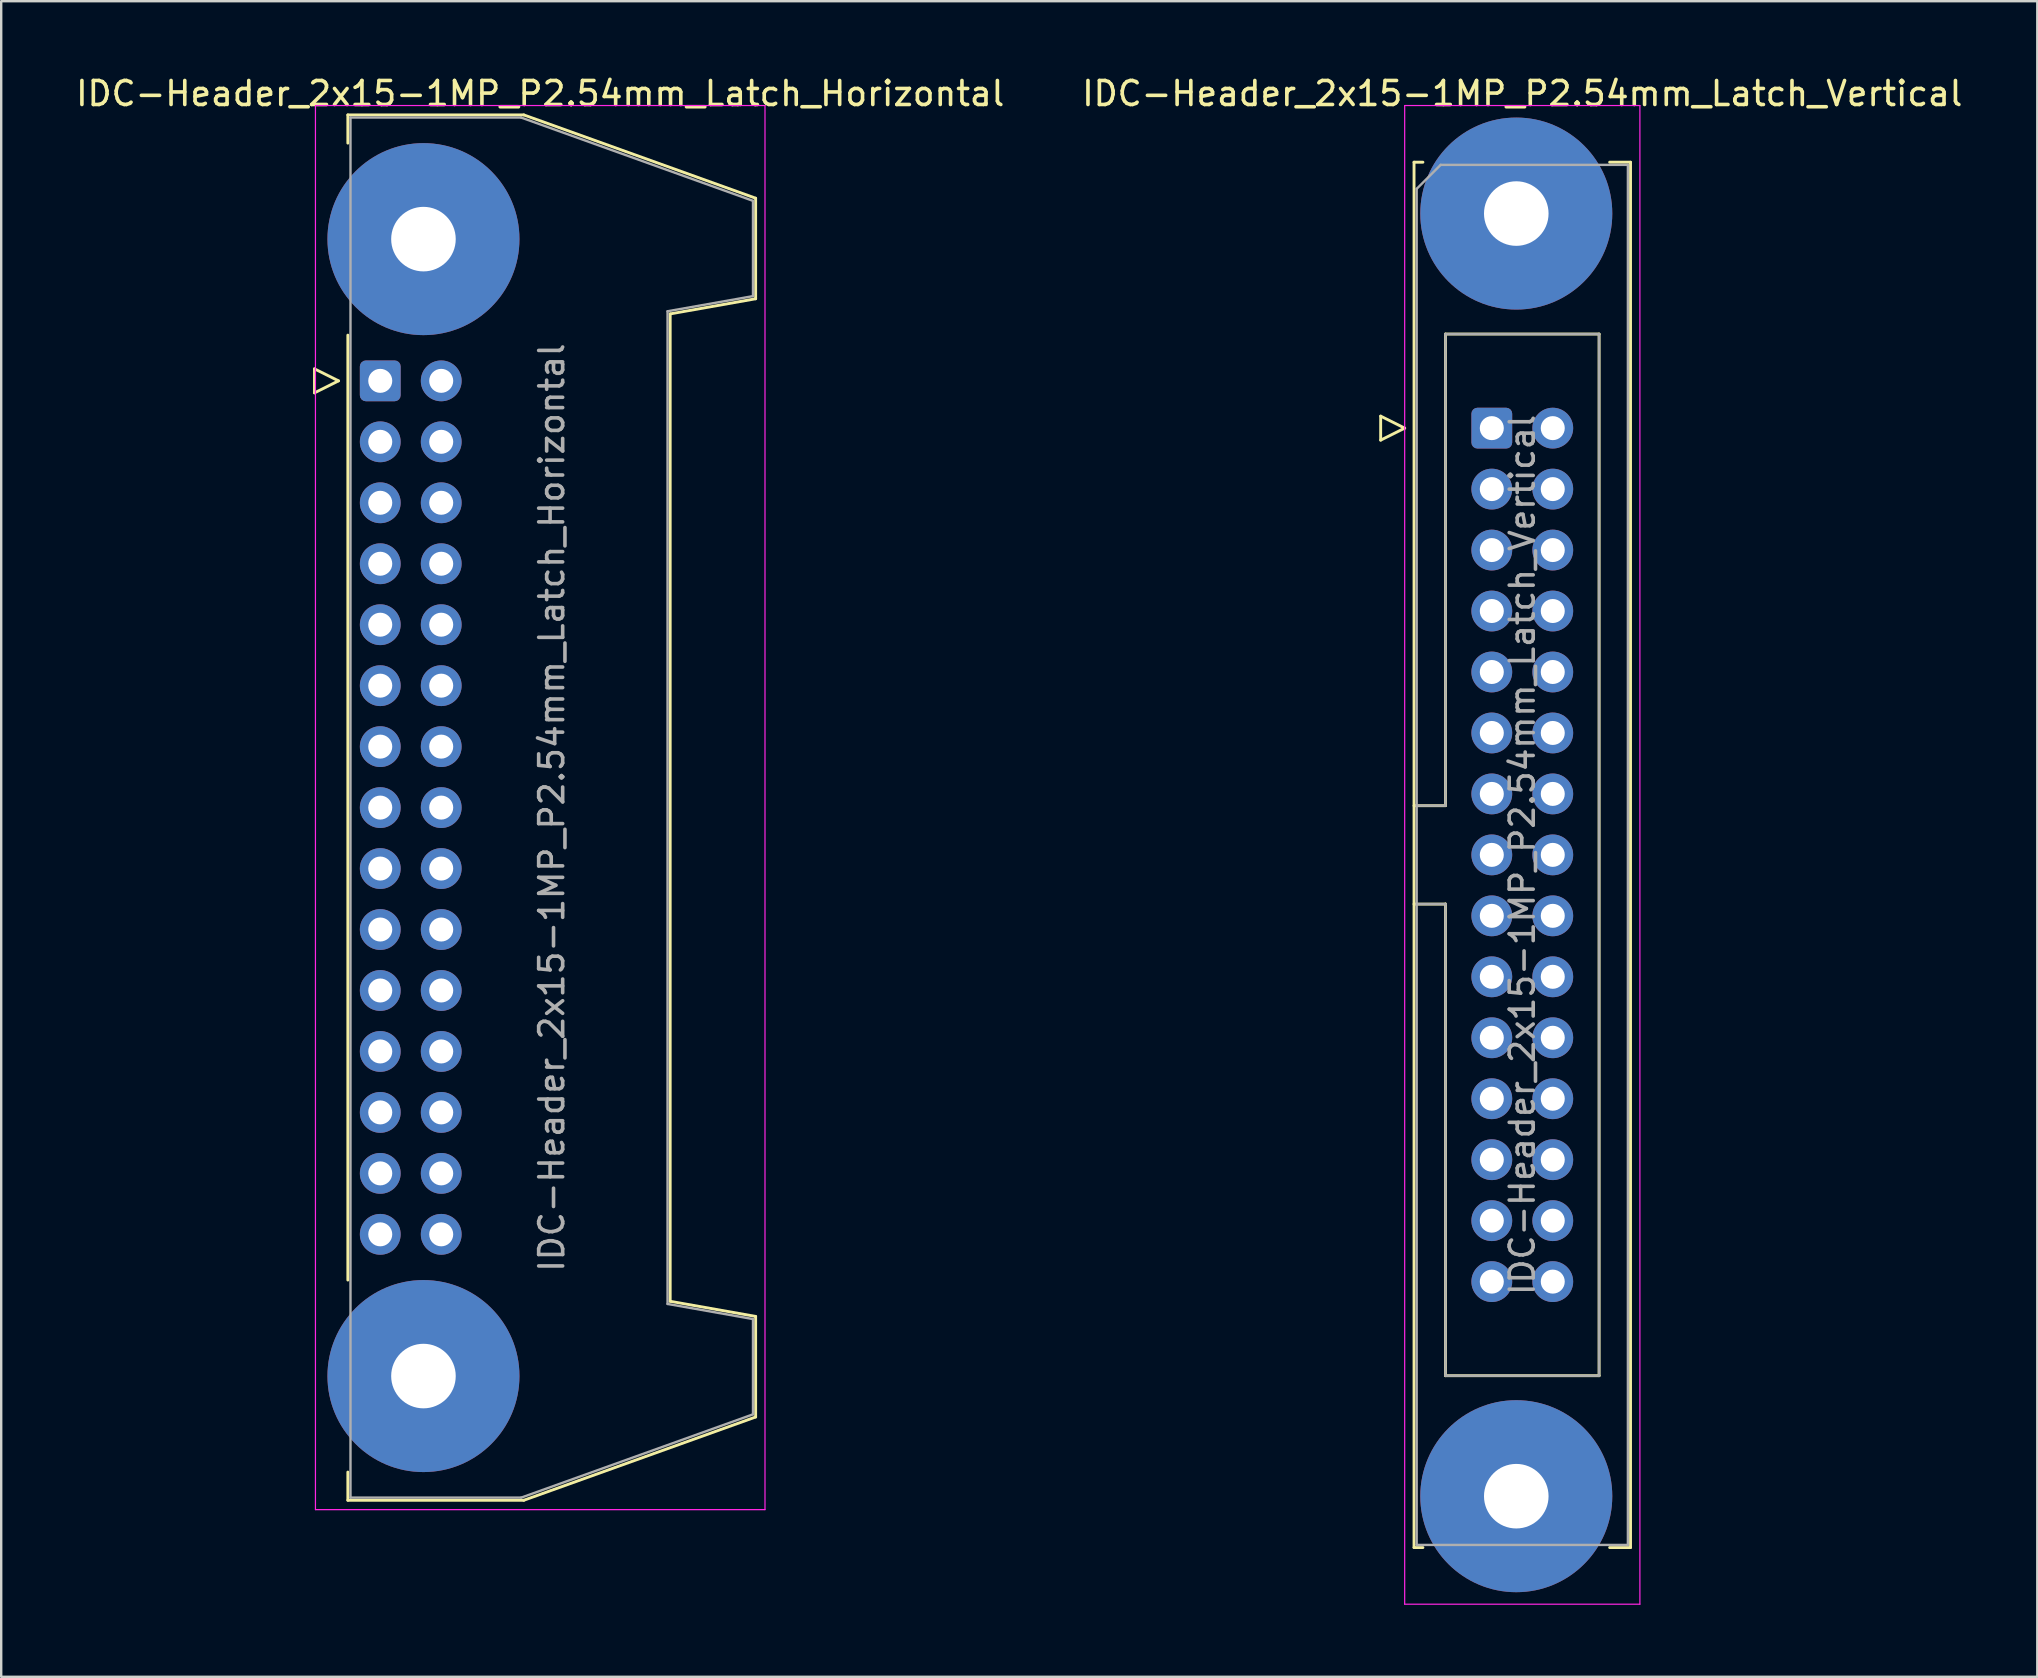
<source format=kicad_pcb>
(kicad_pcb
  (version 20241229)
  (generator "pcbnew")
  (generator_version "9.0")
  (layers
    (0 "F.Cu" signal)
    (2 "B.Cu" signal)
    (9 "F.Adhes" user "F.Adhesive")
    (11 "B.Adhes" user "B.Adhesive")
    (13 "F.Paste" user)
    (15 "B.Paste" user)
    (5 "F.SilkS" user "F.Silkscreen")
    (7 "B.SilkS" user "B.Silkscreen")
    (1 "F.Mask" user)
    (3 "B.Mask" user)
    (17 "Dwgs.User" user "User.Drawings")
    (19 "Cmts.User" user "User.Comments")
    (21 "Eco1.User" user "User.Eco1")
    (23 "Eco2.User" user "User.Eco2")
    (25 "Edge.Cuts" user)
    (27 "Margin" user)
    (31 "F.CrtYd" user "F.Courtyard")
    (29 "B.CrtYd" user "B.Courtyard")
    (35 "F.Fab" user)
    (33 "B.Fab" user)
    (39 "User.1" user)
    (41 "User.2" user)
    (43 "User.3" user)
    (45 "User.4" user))
  (footprint "IDC-Header_2x15-1MP_P2.54mm_Latch_Vertical"
    (layer "F.Cu")
    (at 59.105 14.788)
    (property "Reference" "IDC-Header_2x15-1MP_P2.54mm_Latch_Vertical" (at 1.27 -13.94 0) (layer "F.SilkS") (effects (font (size 1 1) (thickness 0.15))))
    (attr through_hole)
    (fp_line (start -4.63 -0.5) (end -4.63 0.5) (stroke (width 0.12) (type solid)) (layer "F.SilkS"))
    (fp_line (start -4.63 0.5) (end -3.63 0) (stroke (width 0.12) (type solid)) (layer "F.SilkS"))
    (fp_line (start -3.63 0) (end -4.63 -0.5) (stroke (width 0.12) (type solid)) (layer "F.SilkS"))
    (fp_line (start -3.24 -11.08) (end -3.24 46.64) (stroke (width 0.12) (type solid)) (layer "F.SilkS"))
    (fp_line (start -3.24 15.73) (end -1.93 15.73) (stroke (width 0.12) (type solid)) (layer "F.SilkS"))
    (fp_line (start -3.24 46.64) (end -2.87 46.64) (stroke (width 0.12) (type solid)) (layer "F.SilkS"))
    (fp_line (start -2.87 -11.08) (end -3.24 -11.08) (stroke (width 0.12) (type solid)) (layer "F.SilkS"))
    (fp_line (start -1.93 -3.92) (end 4.47 -3.92) (stroke (width 0.12) (type solid)) (layer "F.SilkS"))
    (fp_line (start -1.93 15.73) (end -1.93 -3.92) (stroke (width 0.12) (type solid)) (layer "F.SilkS"))
    (fp_line (start -1.93 19.83) (end -3.24 19.83) (stroke (width 0.12) (type solid)) (layer "F.SilkS"))
    (fp_line (start -1.93 19.83) (end -1.93 19.83) (stroke (width 0.12) (type solid)) (layer "F.SilkS"))
    (fp_line (start -1.93 39.48) (end -1.93 19.83) (stroke (width 0.12) (type solid)) (layer "F.SilkS"))
    (fp_line (start 4.47 -3.92) (end 4.47 39.48) (stroke (width 0.12) (type solid)) (layer "F.SilkS"))
    (fp_line (start 4.47 39.48) (end -1.93 39.48) (stroke (width 0.12) (type solid)) (layer "F.SilkS"))
    (fp_line (start 4.91 -11.08) (end 5.78 -11.08) (stroke (width 0.12) (type solid)) (layer "F.SilkS"))
    (fp_line (start 5.78 -11.08) (end 5.78 46.64) (stroke (width 0.12) (type solid)) (layer "F.SilkS"))
    (fp_line (start 5.78 46.64) (end 4.91 46.64) (stroke (width 0.12) (type solid)) (layer "F.SilkS"))
    (fp_line (start -3.63 -13.44) (end -3.63 49) (stroke (width 0.05) (type solid)) (layer "F.CrtYd"))
    (fp_line (start -3.63 49) (end 6.17 49) (stroke (width 0.05) (type solid)) (layer "F.CrtYd"))
    (fp_line (start 6.17 -13.44) (end -3.63 -13.44) (stroke (width 0.05) (type solid)) (layer "F.CrtYd"))
    (fp_line (start 6.17 49) (end 6.17 -13.44) (stroke (width 0.05) (type solid)) (layer "F.CrtYd"))
    (fp_line (start -3.13 -9.97) (end -2.13 -10.97) (stroke (width 0.1) (type solid)) (layer "F.Fab"))
    (fp_line (start -3.13 15.73) (end -1.93 15.73) (stroke (width 0.1) (type solid)) (layer "F.Fab"))
    (fp_line (start -3.13 46.53) (end -3.13 -9.97) (stroke (width 0.1) (type solid)) (layer "F.Fab"))
    (fp_line (start -2.13 -10.97) (end 5.67 -10.97) (stroke (width 0.1) (type solid)) (layer "F.Fab"))
    (fp_line (start -1.93 -3.92) (end 4.47 -3.92) (stroke (width 0.1) (type solid)) (layer "F.Fab"))
    (fp_line (start -1.93 15.73) (end -1.93 -3.92) (stroke (width 0.1) (type solid)) (layer "F.Fab"))
    (fp_line (start -1.93 19.83) (end -3.13 19.83) (stroke (width 0.1) (type solid)) (layer "F.Fab"))
    (fp_line (start -1.93 19.83) (end -1.93 19.83) (stroke (width 0.1) (type solid)) (layer "F.Fab"))
    (fp_line (start -1.93 39.48) (end -1.93 19.83) (stroke (width 0.1) (type solid)) (layer "F.Fab"))
    (fp_line (start 4.47 -3.92) (end 4.47 39.48) (stroke (width 0.1) (type solid)) (layer "F.Fab"))
    (fp_line (start 4.47 39.48) (end -1.93 39.48) (stroke (width 0.1) (type solid)) (layer "F.Fab"))
    (fp_line (start 5.67 -10.97) (end 5.67 46.53) (stroke (width 0.1) (type solid)) (layer "F.Fab"))
    (fp_line (start 5.67 46.53) (end -3.13 46.53) (stroke (width 0.1) (type solid)) (layer "F.Fab"))
    (fp_text user "${REFERENCE}" (at 1.27 17.78 90) (layer "F.Fab") (effects (font (size 1 1) (thickness 0.15))))
    (pad "1" thru_hole roundrect (at 0 0) (size 1.7 1.7) (drill 1) (layers "*.Cu" "*.Mask") (roundrect_rratio 0.147))
    (pad "2" thru_hole circle (at 2.54 0) (size 1.7 1.7) (drill 1) (layers "*.Cu" "*.Mask"))
    (pad "3" thru_hole circle (at 0 2.54) (size 1.7 1.7) (drill 1) (layers "*.Cu" "*.Mask"))
    (pad "4" thru_hole circle (at 2.54 2.54) (size 1.7 1.7) (drill 1) (layers "*.Cu" "*.Mask"))
    (pad "5" thru_hole circle (at 0 5.08) (size 1.7 1.7) (drill 1) (layers "*.Cu" "*.Mask"))
    (pad "6" thru_hole circle (at 2.54 5.08) (size 1.7 1.7) (drill 1) (layers "*.Cu" "*.Mask"))
    (pad "7" thru_hole circle (at 0 7.62) (size 1.7 1.7) (drill 1) (layers "*.Cu" "*.Mask"))
    (pad "8" thru_hole circle (at 2.54 7.62) (size 1.7 1.7) (drill 1) (layers "*.Cu" "*.Mask"))
    (pad "9" thru_hole circle (at 0 10.16) (size 1.7 1.7) (drill 1) (layers "*.Cu" "*.Mask"))
    (pad "10" thru_hole circle (at 2.54 10.16) (size 1.7 1.7) (drill 1) (layers "*.Cu" "*.Mask"))
    (pad "11" thru_hole circle (at 0 12.7) (size 1.7 1.7) (drill 1) (layers "*.Cu" "*.Mask"))
    (pad "12" thru_hole circle (at 2.54 12.7) (size 1.7 1.7) (drill 1) (layers "*.Cu" "*.Mask"))
    (pad "13" thru_hole circle (at 0 15.24) (size 1.7 1.7) (drill 1) (layers "*.Cu" "*.Mask"))
    (pad "14" thru_hole circle (at 2.54 15.24) (size 1.7 1.7) (drill 1) (layers "*.Cu" "*.Mask"))
    (pad "15" thru_hole circle (at 0 17.78) (size 1.7 1.7) (drill 1) (layers "*.Cu" "*.Mask"))
    (pad "16" thru_hole circle (at 2.54 17.78) (size 1.7 1.7) (drill 1) (layers "*.Cu" "*.Mask"))
    (pad "17" thru_hole circle (at 0 20.32) (size 1.7 1.7) (drill 1) (layers "*.Cu" "*.Mask"))
    (pad "18" thru_hole circle (at 2.54 20.32) (size 1.7 1.7) (drill 1) (layers "*.Cu" "*.Mask"))
    (pad "19" thru_hole circle (at 0 22.86) (size 1.7 1.7) (drill 1) (layers "*.Cu" "*.Mask"))
    (pad "20" thru_hole circle (at 2.54 22.86) (size 1.7 1.7) (drill 1) (layers "*.Cu" "*.Mask"))
    (pad "21" thru_hole circle (at 0 25.4) (size 1.7 1.7) (drill 1) (layers "*.Cu" "*.Mask"))
    (pad "22" thru_hole circle (at 2.54 25.4) (size 1.7 1.7) (drill 1) (layers "*.Cu" "*.Mask"))
    (pad "23" thru_hole circle (at 0 27.94) (size 1.7 1.7) (drill 1) (layers "*.Cu" "*.Mask"))
    (pad "24" thru_hole circle (at 2.54 27.94) (size 1.7 1.7) (drill 1) (layers "*.Cu" "*.Mask"))
    (pad "25" thru_hole circle (at 0 30.48) (size 1.7 1.7) (drill 1) (layers "*.Cu" "*.Mask"))
    (pad "26" thru_hole circle (at 2.54 30.48) (size 1.7 1.7) (drill 1) (layers "*.Cu" "*.Mask"))
    (pad "27" thru_hole circle (at 0 33.02) (size 1.7 1.7) (drill 1) (layers "*.Cu" "*.Mask"))
    (pad "28" thru_hole circle (at 2.54 33.02) (size 1.7 1.7) (drill 1) (layers "*.Cu" "*.Mask"))
    (pad "29" thru_hole circle (at 0 35.56) (size 1.7 1.7) (drill 1) (layers "*.Cu" "*.Mask"))
    (pad "30" thru_hole circle (at 2.54 35.56) (size 1.7 1.7) (drill 1) (layers "*.Cu" "*.Mask"))
    (pad "MP" thru_hole circle (at 1.02 -8.94) (size 8 8) (drill 2.69) (layers "*.Cu" "*.Mask"))
    (pad "MP" thru_hole circle (at 1.02 44.5) (size 8 8) (drill 2.69) (layers "*.Cu" "*.Mask")))
  (footprint "IDC-Header_2x15-1MP_P2.54mm_Latch_Horizontal"
    (layer "F.Cu")
    (at 12.793 12.818)
    (property "Reference" "IDC-Header_2x15-1MP_P2.54mm_Latch_Horizontal" (at 6.665 -11.97 0) (layer "F.SilkS") (effects (font (size 1 1) (thickness 0.15))))
    (attr through_hole)
    (fp_line (start -2.74 -0.5) (end -2.74 0.5) (stroke (width 0.12) (type solid)) (layer "F.SilkS"))
    (fp_line (start -2.74 0.5) (end -1.74 0) (stroke (width 0.12) (type solid)) (layer "F.SilkS"))
    (fp_line (start -1.74 0) (end -2.74 -0.5) (stroke (width 0.12) (type solid)) (layer "F.SilkS"))
    (fp_line (start -1.35 -11.08) (end -1.35 -9.905) (stroke (width 0.12) (type solid)) (layer "F.SilkS"))
    (fp_line (start -1.35 -11.08) (end 5.98 -11.08) (stroke (width 0.12) (type solid)) (layer "F.SilkS"))
    (fp_line (start -1.35 -1.905) (end -1.35 37.465) (stroke (width 0.12) (type solid)) (layer "F.SilkS"))
    (fp_line (start -1.35 45.465) (end -1.35 46.64) (stroke (width 0.12) (type solid)) (layer "F.SilkS"))
    (fp_line (start 5.98 -11.08) (end 15.64 -7.61) (stroke (width 0.12) (type solid)) (layer "F.SilkS"))
    (fp_line (start 5.98 46.64) (end -1.35 46.64) (stroke (width 0.12) (type solid)) (layer "F.SilkS"))
    (fp_line (start 12.08 -2.79) (end 12.08 38.35) (stroke (width 0.12) (type solid)) (layer "F.SilkS"))
    (fp_line (start 12.08 38.35) (end 15.64 38.98) (stroke (width 0.12) (type solid)) (layer "F.SilkS"))
    (fp_line (start 15.64 -7.61) (end 15.64 -3.42) (stroke (width 0.12) (type solid)) (layer "F.SilkS"))
    (fp_line (start 15.64 -3.42) (end 12.08 -2.79) (stroke (width 0.12) (type solid)) (layer "F.SilkS"))
    (fp_line (start 15.64 38.98) (end 15.64 43.17) (stroke (width 0.12) (type solid)) (layer "F.SilkS"))
    (fp_line (start 15.64 43.17) (end 5.98 46.64) (stroke (width 0.12) (type solid)) (layer "F.SilkS"))
    (fp_line (start -2.7 -11.47) (end -2.7 47.03) (stroke (width 0.05) (type solid)) (layer "F.CrtYd"))
    (fp_line (start -2.7 47.03) (end 16.03 47.03) (stroke (width 0.05) (type solid)) (layer "F.CrtYd"))
    (fp_line (start 16.03 -11.47) (end -2.7 -11.47) (stroke (width 0.05) (type solid)) (layer "F.CrtYd"))
    (fp_line (start 16.03 47.03) (end 16.03 -11.47) (stroke (width 0.05) (type solid)) (layer "F.CrtYd"))
    (fp_line (start -1.24 -10.97) (end 5.87 -10.97) (stroke (width 0.1) (type solid)) (layer "F.Fab"))
    (fp_line (start -1.24 46.53) (end -1.24 -10.97) (stroke (width 0.1) (type solid)) (layer "F.Fab"))
    (fp_line (start 5.87 -10.97) (end 15.53 -7.5) (stroke (width 0.1) (type solid)) (layer "F.Fab"))
    (fp_line (start 5.87 46.53) (end -1.24 46.53) (stroke (width 0.1) (type solid)) (layer "F.Fab"))
    (fp_line (start 11.97 -2.9) (end 11.97 38.46) (stroke (width 0.1) (type solid)) (layer "F.Fab"))
    (fp_line (start 11.97 38.46) (end 15.53 39.09) (stroke (width 0.1) (type solid)) (layer "F.Fab"))
    (fp_line (start 15.53 -7.5) (end 15.53 -3.53) (stroke (width 0.1) (type solid)) (layer "F.Fab"))
    (fp_line (start 15.53 -3.53) (end 11.97 -2.9) (stroke (width 0.1) (type solid)) (layer "F.Fab"))
    (fp_line (start 15.53 39.09) (end 15.53 43.06) (stroke (width 0.1) (type solid)) (layer "F.Fab"))
    (fp_line (start 15.53 43.06) (end 5.87 46.53) (stroke (width 0.1) (type solid)) (layer "F.Fab"))
    (fp_text user "${REFERENCE}" (at 7.145 17.78 90) (layer "F.Fab") (effects (font (size 1 1) (thickness 0.15))))
    (pad "1" thru_hole roundrect (at 0 0) (size 1.7 1.7) (drill 1) (layers "*.Cu" "*.Mask") (roundrect_rratio 0.147))
    (pad "2" thru_hole circle (at 2.54 0) (size 1.7 1.7) (drill 1) (layers "*.Cu" "*.Mask"))
    (pad "3" thru_hole circle (at 0 2.54) (size 1.7 1.7) (drill 1) (layers "*.Cu" "*.Mask"))
    (pad "4" thru_hole circle (at 2.54 2.54) (size 1.7 1.7) (drill 1) (layers "*.Cu" "*.Mask"))
    (pad "5" thru_hole circle (at 0 5.08) (size 1.7 1.7) (drill 1) (layers "*.Cu" "*.Mask"))
    (pad "6" thru_hole circle (at 2.54 5.08) (size 1.7 1.7) (drill 1) (layers "*.Cu" "*.Mask"))
    (pad "7" thru_hole circle (at 0 7.62) (size 1.7 1.7) (drill 1) (layers "*.Cu" "*.Mask"))
    (pad "8" thru_hole circle (at 2.54 7.62) (size 1.7 1.7) (drill 1) (layers "*.Cu" "*.Mask"))
    (pad "9" thru_hole circle (at 0 10.16) (size 1.7 1.7) (drill 1) (layers "*.Cu" "*.Mask"))
    (pad "10" thru_hole circle (at 2.54 10.16) (size 1.7 1.7) (drill 1) (layers "*.Cu" "*.Mask"))
    (pad "11" thru_hole circle (at 0 12.7) (size 1.7 1.7) (drill 1) (layers "*.Cu" "*.Mask"))
    (pad "12" thru_hole circle (at 2.54 12.7) (size 1.7 1.7) (drill 1) (layers "*.Cu" "*.Mask"))
    (pad "13" thru_hole circle (at 0 15.24) (size 1.7 1.7) (drill 1) (layers "*.Cu" "*.Mask"))
    (pad "14" thru_hole circle (at 2.54 15.24) (size 1.7 1.7) (drill 1) (layers "*.Cu" "*.Mask"))
    (pad "15" thru_hole circle (at 0 17.78) (size 1.7 1.7) (drill 1) (layers "*.Cu" "*.Mask"))
    (pad "16" thru_hole circle (at 2.54 17.78) (size 1.7 1.7) (drill 1) (layers "*.Cu" "*.Mask"))
    (pad "17" thru_hole circle (at 0 20.32) (size 1.7 1.7) (drill 1) (layers "*.Cu" "*.Mask"))
    (pad "18" thru_hole circle (at 2.54 20.32) (size 1.7 1.7) (drill 1) (layers "*.Cu" "*.Mask"))
    (pad "19" thru_hole circle (at 0 22.86) (size 1.7 1.7) (drill 1) (layers "*.Cu" "*.Mask"))
    (pad "20" thru_hole circle (at 2.54 22.86) (size 1.7 1.7) (drill 1) (layers "*.Cu" "*.Mask"))
    (pad "21" thru_hole circle (at 0 25.4) (size 1.7 1.7) (drill 1) (layers "*.Cu" "*.Mask"))
    (pad "22" thru_hole circle (at 2.54 25.4) (size 1.7 1.7) (drill 1) (layers "*.Cu" "*.Mask"))
    (pad "23" thru_hole circle (at 0 27.94) (size 1.7 1.7) (drill 1) (layers "*.Cu" "*.Mask"))
    (pad "24" thru_hole circle (at 2.54 27.94) (size 1.7 1.7) (drill 1) (layers "*.Cu" "*.Mask"))
    (pad "25" thru_hole circle (at 0 30.48) (size 1.7 1.7) (drill 1) (layers "*.Cu" "*.Mask"))
    (pad "26" thru_hole circle (at 2.54 30.48) (size 1.7 1.7) (drill 1) (layers "*.Cu" "*.Mask"))
    (pad "27" thru_hole circle (at 0 33.02) (size 1.7 1.7) (drill 1) (layers "*.Cu" "*.Mask"))
    (pad "28" thru_hole circle (at 2.54 33.02) (size 1.7 1.7) (drill 1) (layers "*.Cu" "*.Mask"))
    (pad "29" thru_hole circle (at 0 35.56) (size 1.7 1.7) (drill 1) (layers "*.Cu" "*.Mask"))
    (pad "30" thru_hole circle (at 2.54 35.56) (size 1.7 1.7) (drill 1) (layers "*.Cu" "*.Mask"))
    (pad "MP" thru_hole circle (at 1.8 -5.905) (size 8 8) (drill 2.69) (layers "*.Cu" "*.Mask"))
    (pad "MP" thru_hole circle (at 1.8 41.465) (size 8 8) (drill 2.69) (layers "*.Cu" "*.Mask")))
  (gr_rect
    (start -3 -3)
    (end 81.833 66.813)
    (stroke (width 0.1) (type default))
    (fill no)
    (layer "Edge.Cuts")))
</source>
